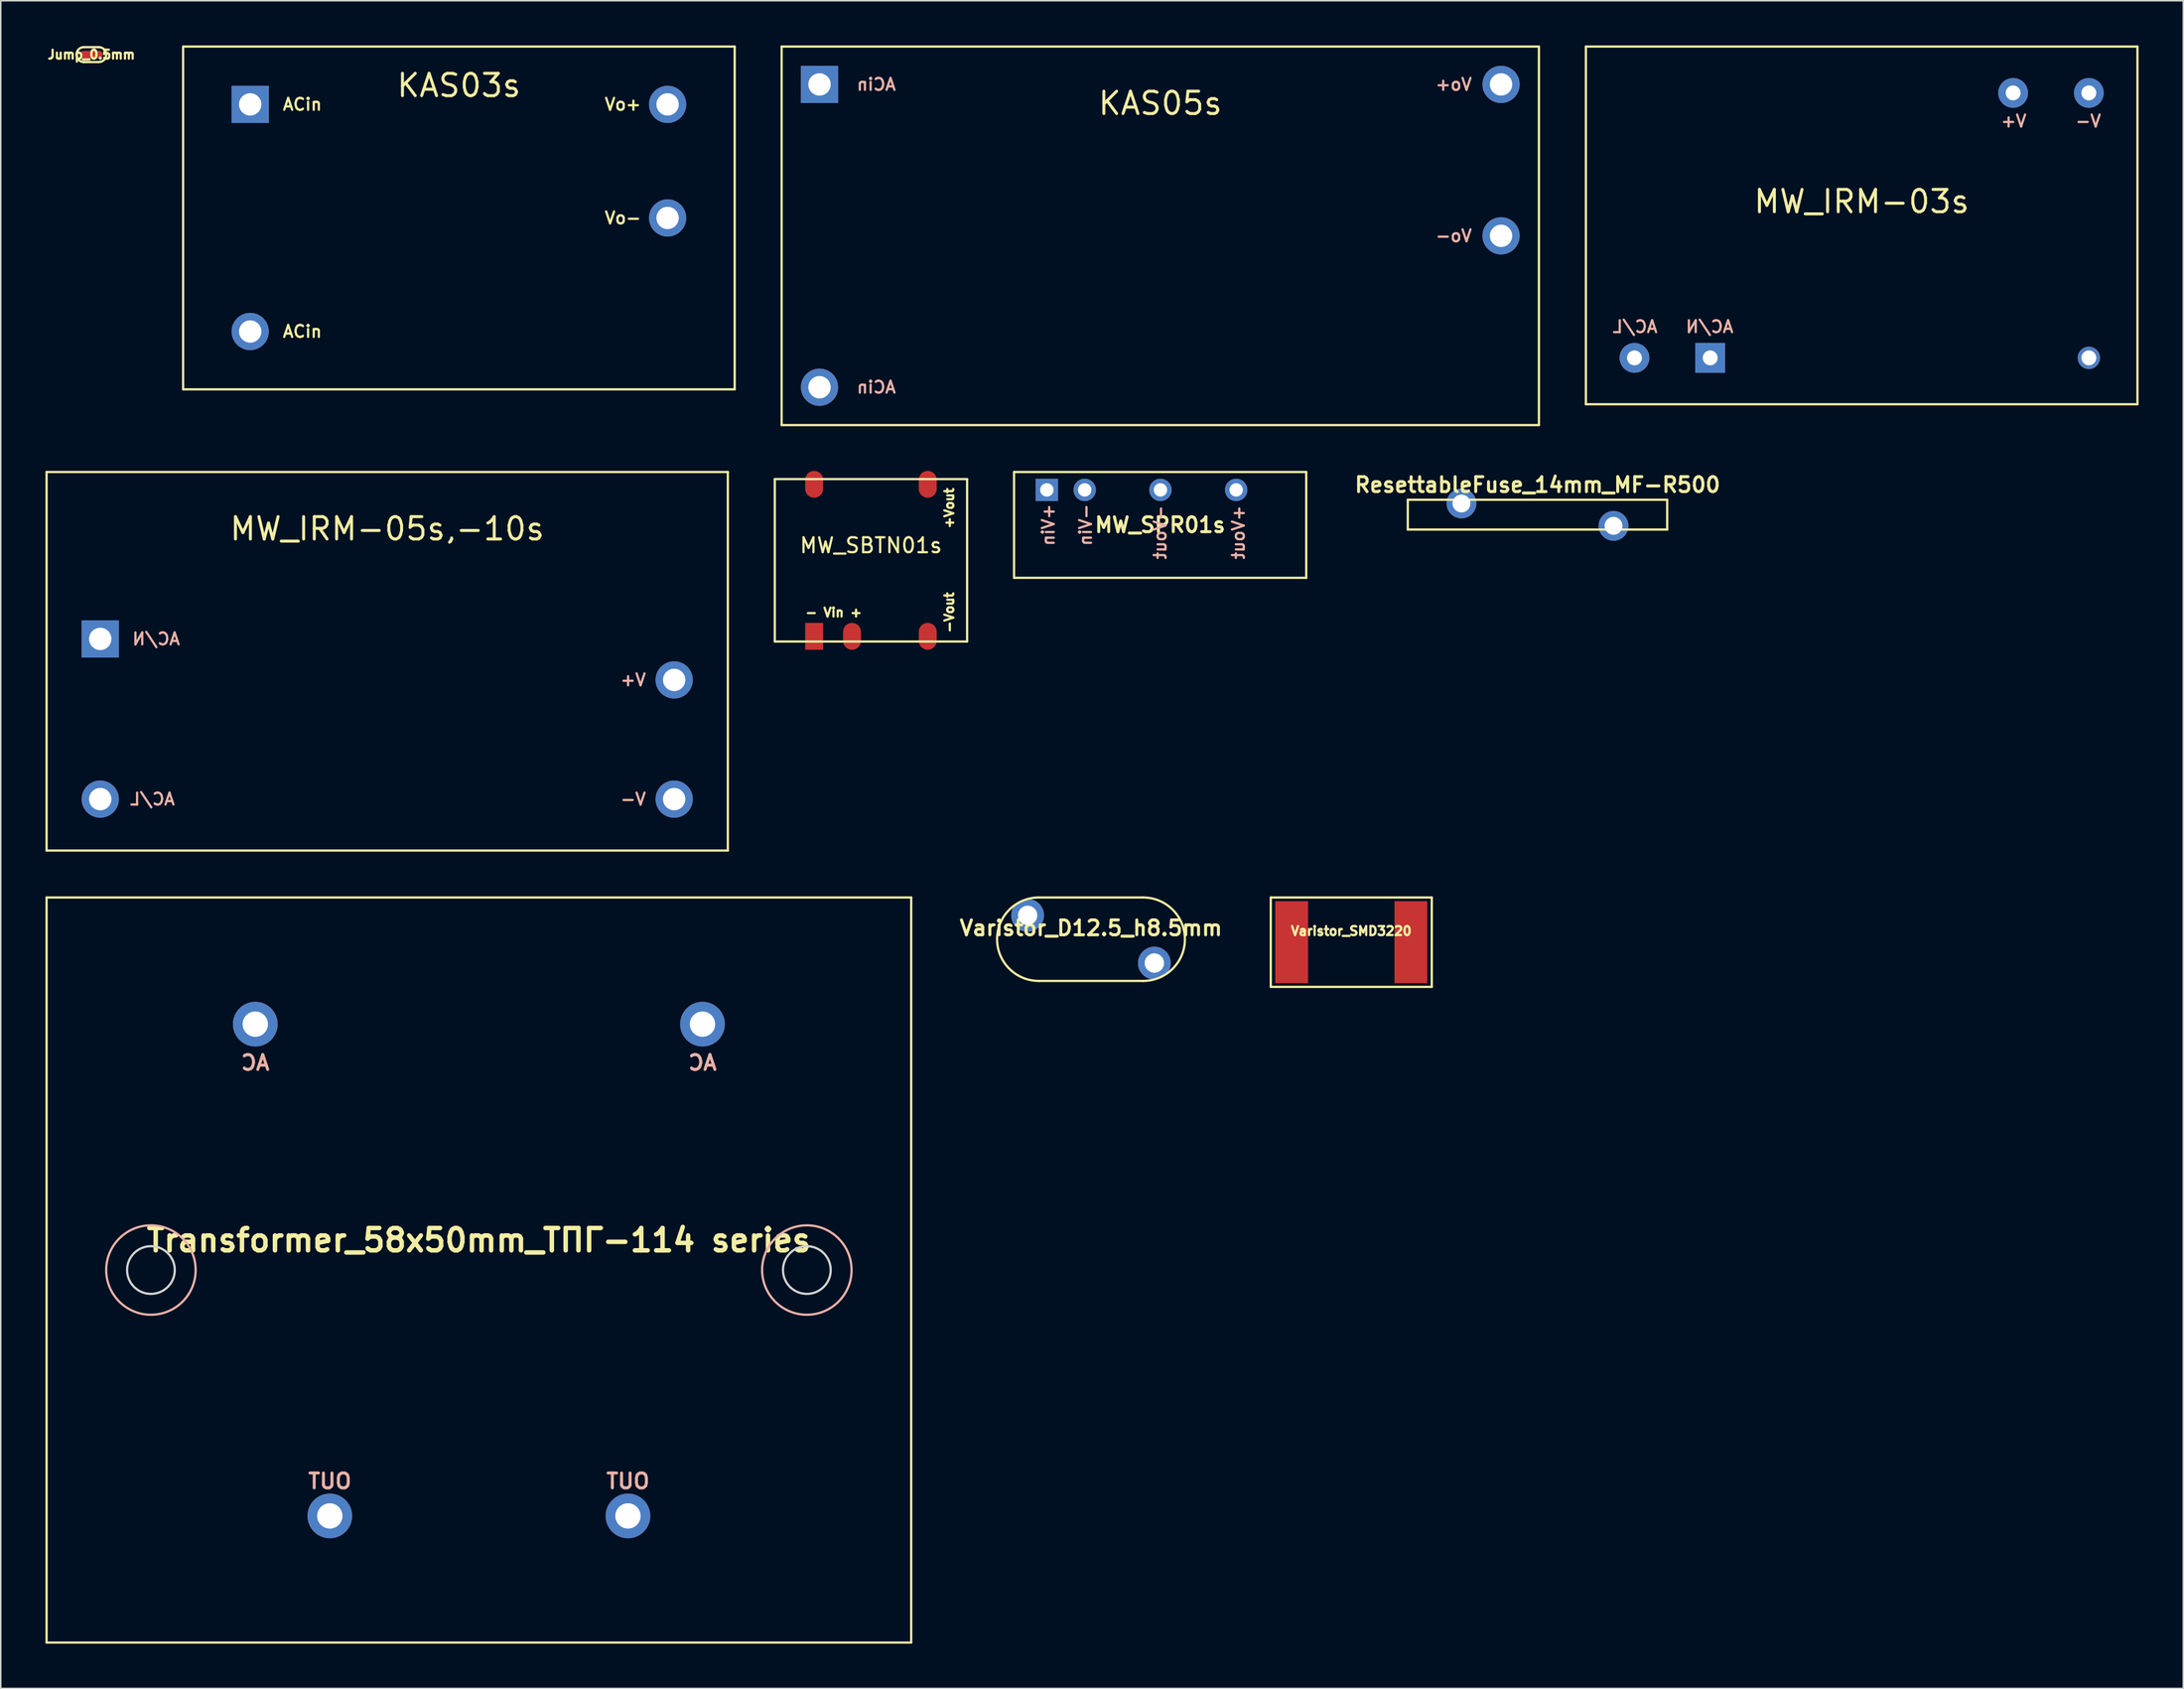
<source format=kicad_pcb>
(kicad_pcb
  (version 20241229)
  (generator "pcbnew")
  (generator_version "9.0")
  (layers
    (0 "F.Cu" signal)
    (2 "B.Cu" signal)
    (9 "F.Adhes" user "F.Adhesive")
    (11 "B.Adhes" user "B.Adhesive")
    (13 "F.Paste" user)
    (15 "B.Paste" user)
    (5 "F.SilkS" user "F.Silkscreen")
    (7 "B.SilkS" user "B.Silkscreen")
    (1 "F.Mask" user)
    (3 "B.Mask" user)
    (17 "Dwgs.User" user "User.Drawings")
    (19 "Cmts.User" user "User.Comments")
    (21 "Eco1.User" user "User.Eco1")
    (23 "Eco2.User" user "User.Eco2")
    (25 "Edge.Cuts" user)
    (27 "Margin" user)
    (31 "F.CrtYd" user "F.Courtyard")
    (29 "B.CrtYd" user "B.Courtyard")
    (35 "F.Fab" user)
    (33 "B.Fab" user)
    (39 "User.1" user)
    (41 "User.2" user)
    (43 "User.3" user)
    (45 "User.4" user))
  (footprint "Varistor_SMD3220"
    (layer "F.Cu")
    (at 87.596 60.175)
    (property "Reference" "Varistor_SMD3220" (at 0 -0.75 0) (layer "F.SilkS") (effects (font (size 0.6 0.6) (thickness 0.15))))
    (attr through_hole)
    (fp_line (start -5.4 -3) (end 5.4 -3) (stroke (width 0.15) (type solid)) (layer "F.SilkS"))
    (fp_line (start -5.4 3) (end -5.4 -3) (stroke (width 0.15) (type solid)) (layer "F.SilkS"))
    (fp_line (start 5.4 -3) (end 5.4 3) (stroke (width 0.15) (type solid)) (layer "F.SilkS"))
    (fp_line (start 5.4 3) (end -5.4 3) (stroke (width 0.15) (type solid)) (layer "F.SilkS"))
    (pad "1" smd rect (at -4 0) (size 2.2 5.5) (layers "F.Cu" "F.Mask" "F.Paste"))
    (pad "2" smd rect (at 4 0) (size 2.2 5.5) (layers "F.Cu" "F.Mask" "F.Paste")))
  (footprint "KAS03s"
    (layer "F.Cu")
    (at 27.734 11.575)
    (property "Reference" "KAS03s" (at 0 -8.89 0) (layer "F.SilkS") (effects (font (size 1.5 1.5) (thickness 0.2))))
    (attr through_hole)
    (fp_line (start -18.5 -11.5) (end 18.5 -11.5) (stroke (width 0.15) (type solid)) (layer "F.SilkS"))
    (fp_line (start -18.5 11.5) (end -18.5 -11.5) (stroke (width 0.15) (type solid)) (layer "F.SilkS"))
    (fp_line (start -18.5 11.5) (end 18.5 11.5) (stroke (width 0.15) (type solid)) (layer "F.SilkS"))
    (fp_line (start 18.5 -11.5) (end 18.5 11.5) (stroke (width 0.15) (type solid)) (layer "F.SilkS"))
    (fp_text user "ACin" (at -10.5 7.62 0) (layer "F.SilkS") (effects (font (size 0.8 0.8) (thickness 0.15))))
    (fp_text user "Vo+" (at 11 -7.62 0) (layer "F.SilkS") (effects (font (size 0.8 0.8) (thickness 0.15))))
    (fp_text user "ACin" (at -10.5 -7.62 0) (layer "F.SilkS") (effects (font (size 0.8 0.8) (thickness 0.15))))
    (fp_text user "Vo-" (at 11 0 0) (layer "F.SilkS") (effects (font (size 0.8 0.8) (thickness 0.15))))
    (pad "1" thru_hole rect (at -14 -7.62) (size 2.5 2.5) (drill 1.5) (layers "*.Cu" "*.Mask"))
    (pad "2" thru_hole circle (at -14 7.62) (size 2.5 2.5) (drill 1.5) (layers "*.Cu" "*.Mask"))
    (pad "3" thru_hole circle (at 14 0) (size 2.5 2.5) (drill 1.5) (layers "*.Cu" "*.Mask"))
    (pad "4" thru_hole circle (at 14 -7.62) (size 2.5 2.5) (drill 1.5) (layers "*.Cu" "*.Mask")))
  (footprint "KAS05s"
    (layer "F.Cu")
    (at 74.784 12.775)
    (property "Reference" "KAS05s" (at 0 -8.89 0) (layer "F.SilkS") (effects (font (size 1.5 1.5) (thickness 0.2))))
    (attr through_hole)
    (fp_line (start -25.4 -12.7) (end 25.4 -12.7) (stroke (width 0.15) (type solid)) (layer "F.SilkS"))
    (fp_line (start -25.4 12.7) (end -25.4 -12.7) (stroke (width 0.15) (type solid)) (layer "F.SilkS"))
    (fp_line (start -25.4 12.7) (end 25.4 12.7) (stroke (width 0.15) (type solid)) (layer "F.SilkS"))
    (fp_line (start 25.4 -12.7) (end 25.4 12.7) (stroke (width 0.15) (type solid)) (layer "F.SilkS"))
    (fp_text user "ACin" (at -19.05 -10.16 0) (layer "B.SilkS") (effects (font (size 0.8 0.8) (thickness 0.15)) (justify mirror)))
    (fp_text user "ACin" (at -19.05 10.16 0) (layer "B.SilkS") (effects (font (size 0.8 0.8) (thickness 0.15)) (justify mirror)))
    (fp_text user "Vo-" (at 19.685 0 0) (layer "B.SilkS") (effects (font (size 0.8 0.8) (thickness 0.15)) (justify mirror)))
    (fp_text user "Vo+" (at 19.685 -10.16 0) (layer "B.SilkS") (effects (font (size 0.8 0.8) (thickness 0.15)) (justify mirror)))
    (pad "1" thru_hole rect (at -22.86 -10.16) (size 2.5 2.5) (drill 1.5) (layers "*.Cu" "*.Mask"))
    (pad "2" thru_hole circle (at -22.86 10.16) (size 2.5 2.5) (drill 1.5) (layers "*.Cu" "*.Mask"))
    (pad "3" thru_hole circle (at 22.86 0) (size 2.5 2.5) (drill 1.5) (layers "*.Cu" "*.Mask"))
    (pad "4" thru_hole circle (at 22.86 -10.16) (size 2.5 2.5) (drill 1.5) (layers "*.Cu" "*.Mask")))
  (footprint "MW_SBTN01s"
    (layer "F.Cu")
    (at 55.375 34.55)
    (property "Reference" "MW_SBTN01s" (at 0 -1 180) (layer "F.SilkS") (effects (font (size 1 1) (thickness 0.15))))
    (attr smd)
    (fp_line (start -6.45 -5.45) (end -6.45 5.45) (stroke (width 0.15) (type solid)) (layer "F.SilkS"))
    (fp_line (start -6.45 5.45) (end 6.45 5.45) (stroke (width 0.15) (type solid)) (layer "F.SilkS"))
    (fp_line (start 6.45 -5.45) (end -6.45 -5.45) (stroke (width 0.15) (type solid)) (layer "F.SilkS"))
    (fp_line (start 6.45 -5.45) (end 6.45 5.45) (stroke (width 0.15) (type solid)) (layer "F.SilkS"))
    (fp_text user "+Vout" (at 5.25 -3.5 90) (layer "F.SilkS") (effects (font (size 0.6 0.6) (thickness 0.15))))
    (fp_text user "- Vin +" (at -2.5 3.5 180) (layer "F.SilkS") (effects (font (size 0.6 0.6) (thickness 0.15))))
    (fp_text user "-Vout" (at 5.25 3.5 90) (layer "F.SilkS") (effects (font (size 0.6 0.6) (thickness 0.15))))
    (pad "1" smd rect (at -3.81 5.1) (size 1.2 1.8) (layers "F.Cu" "F.Mask" "F.Paste"))
    (pad "2" smd oval (at -1.27 5.1) (size 1.2 1.8) (layers "F.Cu" "F.Mask" "F.Paste"))
    (pad "4" smd oval (at 3.81 5.1) (size 1.2 1.8) (layers "F.Cu" "F.Mask" "F.Paste"))
    (pad "5" smd oval (at 3.81 -5.1) (size 1.2 1.8) (layers "F.Cu" "F.Mask" "F.Paste"))
    (pad "8" smd oval (at -3.81 -5.1) (size 1.2 1.8) (layers "F.Cu" "F.Mask" "F.Paste")))
  (footprint "Transformer_58x50mm_ТПГ-114 series"
    (layer "F.Cu")
    (at 29.075 82.175)
    (property "Reference" "Transformer_58x50mm_ТПГ-114 series" (at 0 -2 0) (layer "F.SilkS") (effects (font (size 1.5 1.5) (thickness 0.3) (bold yes))))
    (attr through_hole)
    (fp_line (start -29 -25) (end 29 -25) (stroke (width 0.15) (type default)) (layer "F.SilkS"))
    (fp_line (start -29 25) (end -29 -25) (stroke (width 0.15) (type default)) (layer "F.SilkS"))
    (fp_line (start 29 -25) (end 29 25) (stroke (width 0.15) (type default)) (layer "F.SilkS"))
    (fp_line (start 29 25) (end -29 25) (stroke (width 0.15) (type default)) (layer "F.SilkS"))
    (fp_circle (center -22 0) (end -19 0) (stroke (width 0.15) (type solid)) (fill no) (layer "B.SilkS"))
    (fp_circle (center 22 0) (end 25 0) (stroke (width 0.15) (type solid)) (fill no) (layer "B.SilkS"))
    (fp_circle (center -22 0) (end -20.4 0) (stroke (width 0.15) (type default)) (fill no) (layer "Edge.Cuts"))
    (fp_circle (center 22 0) (end 23.6 0) (stroke (width 0.15) (type default)) (fill no) (layer "Edge.Cuts"))
    (fp_text user "OUT" (at 10 14.75 0) (unlocked yes) (layer "B.SilkS") (effects (font (size 1 1) (thickness 0.2) (bold yes)) (justify bottom mirror)))
    (fp_text user "AC" (at -15 -14.5 0) (unlocked yes) (layer "B.SilkS") (effects (font (size 1 1) (thickness 0.2) (bold yes)) (justify top mirror)))
    (fp_text user "AC" (at 15 -14.5 0) (unlocked yes) (layer "B.SilkS") (effects (font (size 1 1) (thickness 0.2) (bold yes)) (justify top mirror)))
    (fp_text user "OUT" (at -10 14.75 0) (unlocked yes) (layer "B.SilkS") (effects (font (size 1 1) (thickness 0.2) (bold yes)) (justify bottom mirror)))
    (pad "1" thru_hole circle (at -15 -16.5) (size 3 3) (drill 1.7) (layers "*.Cu" "*.Mask"))
    (pad "2" thru_hole circle (at 15 -16.5) (size 3 3) (drill 1.7) (layers "*.Cu" "*.Mask"))
    (pad "3" thru_hole circle (at -10 16.5) (size 3 3) (drill 1.7) (layers "*.Cu" "*.Mask"))
    (pad "4" thru_hole circle (at 10 16.5) (size 3 3) (drill 1.7) (layers "*.Cu" "*.Mask")))
  (footprint "MW_IRM-05s,-10s"
    (layer "F.Cu")
    (at 22.925 41.325)
    (property "Reference" "MW_IRM-05s,-10s" (at 0 -8.89 0) (layer "F.SilkS") (effects (font (size 1.5 1.5) (thickness 0.2))))
    (attr through_hole)
    (fp_line (start -22.85 -12.7) (end 22.85 -12.7) (stroke (width 0.15) (type solid)) (layer "F.SilkS"))
    (fp_line (start -22.85 12.7) (end -22.85 -12.7) (stroke (width 0.15) (type solid)) (layer "F.SilkS"))
    (fp_line (start -22.85 12.7) (end 22.85 12.7) (stroke (width 0.15) (type solid)) (layer "F.SilkS"))
    (fp_line (start 22.85 -12.7) (end 22.85 12.7) (stroke (width 0.15) (type solid)) (layer "F.SilkS"))
    (fp_text user "V+" (at 16.5 1.25 0) (layer "B.SilkS") (effects (font (size 0.8 0.8) (thickness 0.15)) (justify mirror)))
    (fp_text user "AC/N" (at -15.5 -1.5 0) (layer "B.SilkS") (effects (font (size 0.8 0.8) (thickness 0.15)) (justify mirror)))
    (fp_text user "V-" (at 16.5 9.25 0) (layer "B.SilkS") (effects (font (size 0.8 0.8) (thickness 0.15)) (justify mirror)))
    (fp_text user "AC/L" (at -15.75 9.25 0) (layer "B.SilkS") (effects (font (size 0.8 0.8) (thickness 0.15)) (justify mirror)))
    (pad "1" thru_hole rect (at -19.25 -1.5) (size 2.5 2.5) (drill 1.5) (layers "*.Cu" "*.Mask"))
    (pad "2" thru_hole circle (at -19.25 9.25) (size 2.5 2.5) (drill 1.5) (layers "*.Cu" "*.Mask"))
    (pad "3" thru_hole circle (at 19.25 9.25) (size 2.5 2.5) (drill 1.5) (layers "*.Cu" "*.Mask"))
    (pad "4" thru_hole circle (at 19.25 1.25) (size 2.5 2.5) (drill 1.5) (layers "*.Cu" "*.Mask")))
  (footprint "MW_IRM-03s"
    (layer "F.Cu")
    (at 121.834 12.075)
    (property "Reference" "MW_IRM-03s" (at 0 -1.6 0) (layer "F.SilkS") (effects (font (size 1.5 1.5) (thickness 0.2))))
    (attr through_hole)
    (fp_line (start -18.5 -12) (end 18.5 -12) (stroke (width 0.15) (type solid)) (layer "F.SilkS"))
    (fp_line (start -18.5 12) (end -18.5 -12) (stroke (width 0.15) (type solid)) (layer "F.SilkS"))
    (fp_line (start -18.5 12) (end 18.5 12) (stroke (width 0.15) (type solid)) (layer "F.SilkS"))
    (fp_line (start 18.5 -12) (end 18.5 12) (stroke (width 0.15) (type solid)) (layer "F.SilkS"))
    (fp_text user "V-" (at 15.2 -7 0) (layer "B.SilkS") (effects (font (size 0.8 0.8) (thickness 0.15)) (justify mirror)))
    (fp_text user "V+" (at 10.2 -7 0) (layer "B.SilkS") (effects (font (size 0.8 0.8) (thickness 0.15)) (justify mirror)))
    (fp_text user "AC/N" (at -10.2 6.8 0) (layer "B.SilkS") (effects (font (size 0.8 0.8) (thickness 0.15)) (justify mirror)))
    (fp_text user "AC/L" (at -15.2 6.8 0) (layer "B.SilkS") (effects (font (size 0.8 0.8) (thickness 0.15)) (justify mirror)))
    (pad "1" thru_hole rect (at -10.16 8.89) (size 2 2) (drill 1) (layers "*.Cu" "*.Mask"))
    (pad "2" thru_hole circle (at -15.24 8.89) (size 2 2) (drill 1) (layers "*.Cu" "*.Mask"))
    (pad "3" thru_hole circle (at 15.24 -8.89) (size 2 2) (drill 1) (layers "*.Cu" "*.Mask"))
    (pad "4" thru_hole circle (at 10.16 -8.89) (size 2 2) (drill 1) (layers "*.Cu" "*.Mask"))
    (pad "5" thru_hole circle (at 15.24 8.89) (size 1.5 1.5) (drill 1) (layers "*.Cu" "*.Mask")))
  (footprint "MW_SPR01s"
    (layer "F.Cu")
    (at 74.775 32.175)
    (property "Reference" "MW_SPR01s" (at 0 0 0) (layer "F.SilkS") (effects (font (size 1 1) (thickness 0.2))))
    (attr through_hole)
    (fp_line (start -9.8 -3.55) (end 9.8 -3.55) (stroke (width 0.15) (type solid)) (layer "F.SilkS"))
    (fp_line (start -9.8 3.55) (end -9.8 -3.55) (stroke (width 0.15) (type solid)) (layer "F.SilkS"))
    (fp_line (start -9.8 3.55) (end 9.8 3.55) (stroke (width 0.15) (type solid)) (layer "F.SilkS"))
    (fp_line (start 9.8 -3.55) (end 9.8 3.55) (stroke (width 0.15) (type solid)) (layer "F.SilkS"))
    (fp_text user "+Vout" (at 5.25 0.5 90) (layer "B.SilkS") (effects (font (size 0.8 0.8) (thickness 0.15)) (justify mirror)))
    (fp_text user "-Vout" (at 0 0.5 90) (layer "B.SilkS") (effects (font (size 0.8 0.8) (thickness 0.15)) (justify mirror)))
    (fp_text user "-Vin" (at -5 0 90) (layer "B.SilkS") (effects (font (size 0.8 0.8) (thickness 0.15)) (justify mirror)))
    (fp_text user "+Vin" (at -7.5 0 90) (layer "B.SilkS") (effects (font (size 0.8 0.8) (thickness 0.15)) (justify mirror)))
    (pad "1" thru_hole rect (at -7.6 -2.35) (size 1.5 1.5) (drill 0.9) (layers "*.Cu" "*.Mask"))
    (pad "2" thru_hole circle (at -5.06 -2.35) (size 1.5 1.5) (drill 0.9) (layers "*.Cu" "*.Mask"))
    (pad "3" thru_hole circle (at 0.02 -2.35) (size 1.5 1.5) (drill 0.9) (layers "*.Cu" "*.Mask"))
    (pad "4" thru_hole circle (at 5.1 -2.35) (size 1.5 1.5) (drill 0.9) (layers "*.Cu" "*.Mask")))
  (footprint "Jump_0.5mm"
    (layer "F.Cu")
    (at 3.079 0.614)
    (property "Reference" "Jump_0.5mm" (at 0 0 0) (layer "F.SilkS") (effects (font (size 0.6 0.6) (thickness 0.15))))
    (attr exclude_from_pos_files exclude_from_bom)
    (fp_line (start 0.5 0) (end -0.5 0) (stroke (width 0.5) (type solid)) (layer "F.Cu"))
    (fp_line (start 0.5 -0.5) (end -0.5 -0.5) (stroke (width 0.15) (type solid)) (layer "F.SilkS"))
    (fp_line (start 0.5 0.5) (end -0.5 0.5) (stroke (width 0.15) (type solid)) (layer "F.SilkS"))
    (fp_arc (start -0.5 0.5) (mid -1 0) (end -0.5 -0.5) (stroke (width 0.15) (type solid)) (layer "F.SilkS"))
    (fp_arc (start 0.5 -0.5) (mid 1 0) (end 0.5 0.5) (stroke (width 0.15) (type solid)) (layer "F.SilkS"))
    (pad "1" smd circle (at -0.5 0) (size 0.5 0.5) (layers "F.Cu"))
    (pad "2" smd circle (at 0.5 0) (size 0.5 0.5) (layers "F.Cu")))
  (footprint "Varistor_D12.5_h8.5mm"
    (layer "F.Cu")
    (at 70.136 59.975)
    (property "Reference" "Varistor_D12.5_h8.5mm" (at 0 -0.75 0) (layer "F.SilkS") (effects (font (size 1 1) (thickness 0.2))))
    (attr through_hole)
    (fp_line (start -3.5 2.8) (end 3.5 2.8) (stroke (width 0.15) (type solid)) (layer "F.SilkS"))
    (fp_line (start 3.5 -2.8) (end -3.5 -2.8) (stroke (width 0.15) (type solid)) (layer "F.SilkS"))
    (fp_arc (start -3.5 2.8) (mid -6.3 0) (end -3.5 -2.8) (stroke (width 0.15) (type solid)) (layer "F.SilkS"))
    (fp_arc (start 3.5 -2.8) (mid 6.3 0) (end 3.5 2.8) (stroke (width 0.15) (type solid)) (layer "F.SilkS"))
    (pad "1" thru_hole circle (at -4.25 -1.6) (size 2.2 2.2) (drill 1.3) (layers "*.Cu" "*.Mask"))
    (pad "2" thru_hole circle (at 4.25 1.6) (size 2.2 2.2) (drill 1.3) (layers "*.Cu" "*.Mask")))
  (footprint "ResettableFuse_14mm_MF-R500"
    (layer "F.Cu")
    (at 100.088 31.486)
    (property "Reference" "ResettableFuse_14mm_MF-R500" (at 0 -2 0) (layer "F.SilkS") (effects (font (size 1 1) (thickness 0.2))))
    (attr through_hole)
    (fp_line (start -8.7 -1) (end 8.7 -1) (stroke (width 0.15) (type solid)) (layer "F.SilkS"))
    (fp_line (start -8.7 1) (end -8.7 -1) (stroke (width 0.15) (type solid)) (layer "F.SilkS"))
    (fp_line (start 8.7 1) (end -8.7 1) (stroke (width 0.15) (type solid)) (layer "F.SilkS"))
    (fp_line (start 8.7 1) (end 8.7 -1) (stroke (width 0.15) (type solid)) (layer "F.SilkS"))
    (pad "1" thru_hole circle (at -5.1 -0.75) (size 2 2) (drill 1.2) (layers "*.Cu" "*.Mask"))
    (pad "2" thru_hole circle (at 5.1 0.75) (size 2 2) (drill 1.2) (layers "*.Cu" "*.Mask")))
  (gr_rect
    (start -3 -3)
    (end 143.409 110.25)
    (stroke (width 0.1) (type default))
    (fill no)
    (layer "Edge.Cuts")))
</source>
